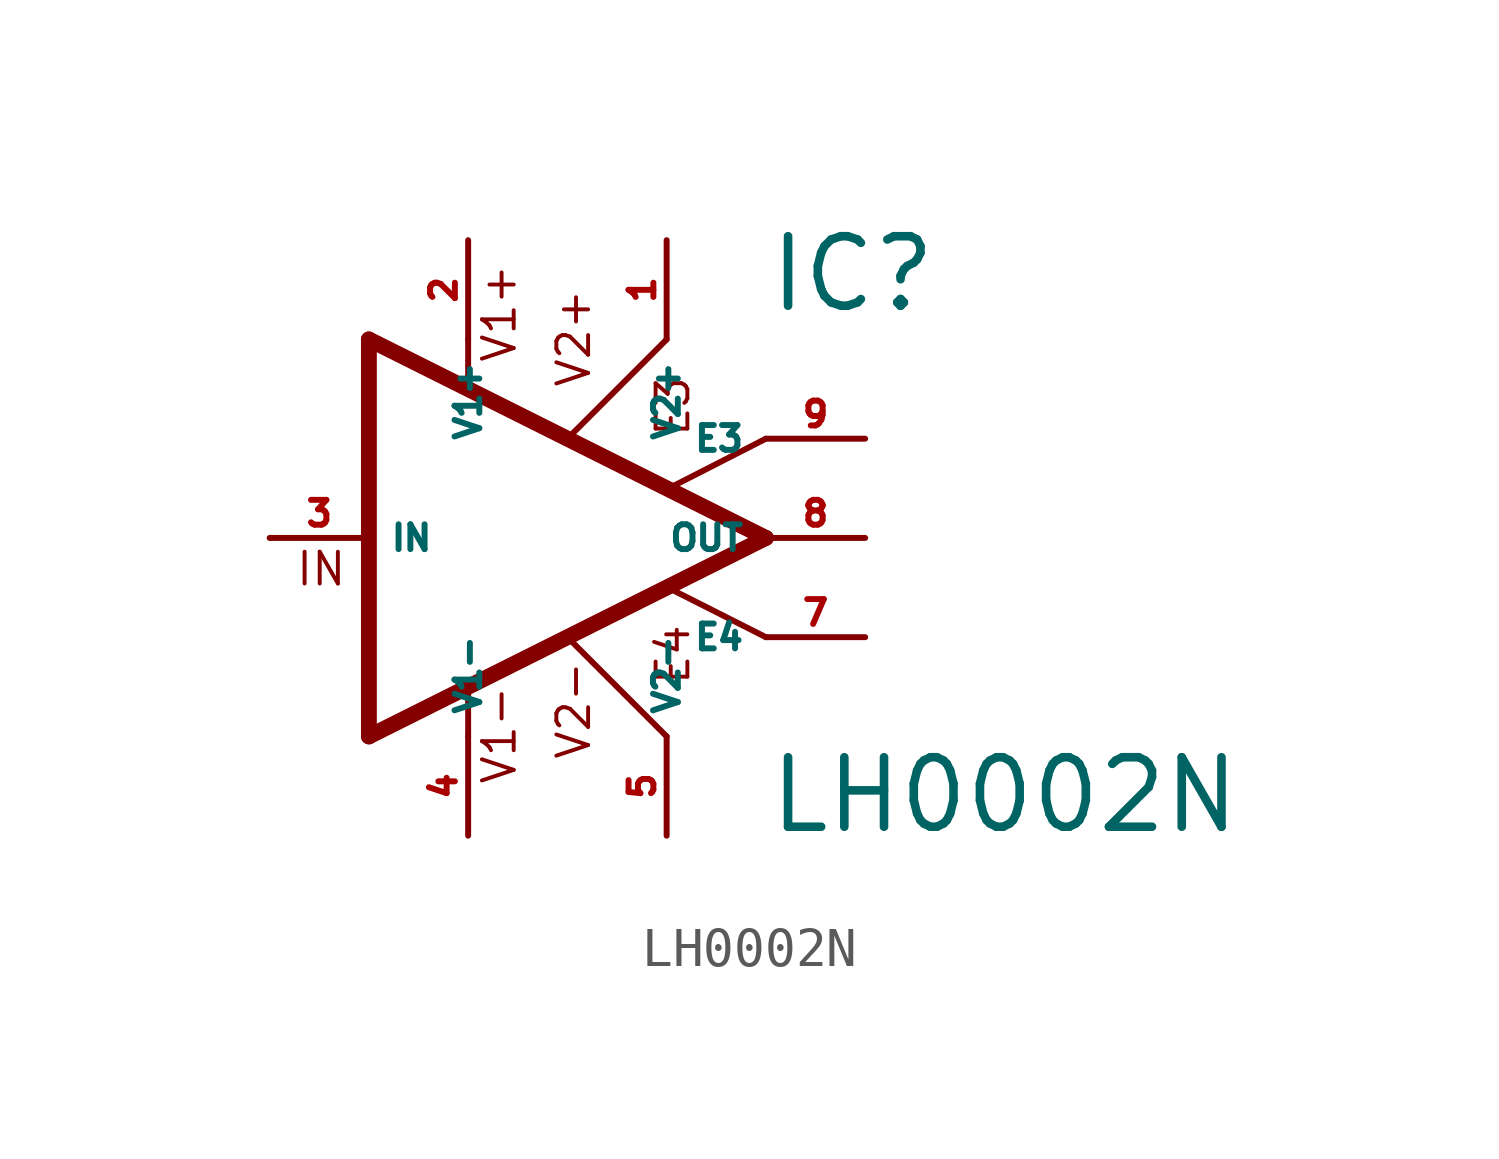
<source format=kicad_sym>
(kicad_symbol_lib
  (version 20220914)
  (generator Eagle2Kicad)
  (symbol "LH0002N"
    (property "Reference" "IC"
      (at 5.08 5.715 0)
      (effects (font (size 1.778 1.778) (thickness 0.22)) (justify left bottom)))
    (property "Value" "LH0002N"
      (at 5.08 -7.62 0)
      (effects (font (size 1.778 1.778) (thickness 0.22)) (justify left bottom)))
    (polyline
      (pts (xy -2.54 5.08) (xy -2.54 3.886))
      (stroke (width 0.152) (type default))
      (fill (type none)))
    (polyline
      (pts (xy 0.076 -2.616) (xy 2.54 -5.08))
      (stroke (width 0.152) (type default))
      (fill (type none)))
    (polyline
      (pts (xy -5.08 5.08) (xy -5.08 -5.08))
      (stroke (width 0.406) (type default))
      (fill (type none)))
    (polyline
      (pts (xy 5.08 2.54) (xy 2.642 1.295))
      (stroke (width 0.152) (type default))
      (fill (type none)))
    (polyline
      (pts (xy 5.08 -2.54) (xy 2.616 -1.295))
      (stroke (width 0.152) (type default))
      (fill (type none)))
    (polyline
      (pts (xy -5.08 -5.08) (xy 5.08 0))
      (stroke (width 0.406) (type default))
      (fill (type none)))
    (polyline
      (pts (xy -2.54 -5.08) (xy -2.54 -3.886))
      (stroke (width 0.152) (type default))
      (fill (type none)))
    (polyline
      (pts (xy 2.54 5.08) (xy 0.076 2.616))
      (stroke (width 0.152) (type default))
      (fill (type none)))
    (polyline
      (pts (xy 5.08 0) (xy -5.08 5.08))
      (stroke (width 0.406) (type default))
      (fill (type none)))
    (text "V1+"
      (at -1.27 4.445 900)
      (effects (font (size 0.813 0.813) (thickness 0.10)) (justify left bottom)))
    (text "V2+"
      (at 0.635 3.81 900)
      (effects (font (size 0.813 0.813) (thickness 0.10)) (justify left bottom)))
    (text "V1-"
      (at -1.27 -6.35 900)
      (effects (font (size 0.813 0.813) (thickness 0.10)) (justify left bottom)))
    (text "E3"
      (at 3.175 2.54 900)
      (effects (font (size 0.813 0.813) (thickness 0.10)) (justify left bottom)))
    (text "E4"
      (at 3.175 -3.81 900)
      (effects (font (size 0.813 0.813) (thickness 0.10)) (justify left bottom)))
    (text "V2-"
      (at 0.635 -5.715 900)
      (effects (font (size 0.813 0.813) (thickness 0.10)) (justify left bottom)))
    (text "IN"
      (at -6.985 -1.27 0)
      (effects (font (size 0.813 0.813) (thickness 0.10)) (justify left bottom)))
    (pin input line
      (at 2.54 7.62 270)
      (length 2.54)
      (name "V2+" (effects (font (size 0.635 0.635) (thickness 0.08)) (justify left bottom)))
      (number "1" (effects (font (size 0.635 0.635) (thickness 0.08)) (justify left bottom))))
    (pin input line
      (at -2.54 7.62 270)
      (length 2.54)
      (name "V1+" (effects (font (size 0.635 0.635) (thickness 0.08)) (justify left bottom)))
      (number "2" (effects (font (size 0.635 0.635) (thickness 0.08)) (justify left bottom))))
    (pin input line
      (at -7.62 0 0)
      (length 2.54)
      (name "IN" (effects (font (size 0.635 0.635) (thickness 0.08)) (justify left bottom)))
      (number "3" (effects (font (size 0.635 0.635) (thickness 0.08)) (justify left bottom))))
    (pin input line
      (at -2.54 -7.62 90)
      (length 2.54)
      (name "V1-" (effects (font (size 0.635 0.635) (thickness 0.08)) (justify left bottom)))
      (number "4" (effects (font (size 0.635 0.635) (thickness 0.08)) (justify left bottom))))
    (pin input line
      (at 2.54 -7.62 90)
      (length 2.54)
      (name "V2-" (effects (font (size 0.635 0.635) (thickness 0.08)) (justify left bottom)))
      (number "5" (effects (font (size 0.635 0.635) (thickness 0.08)) (justify left bottom))))
    (pin bidirectional line
      (at 7.62 -2.54 180)
      (length 2.54)
      (name "E4" (effects (font (size 0.635 0.635) (thickness 0.08)) (justify left bottom)))
      (number "7" (effects (font (size 0.635 0.635) (thickness 0.08)) (justify left bottom))))
    (pin output line
      (at 7.62 0 180)
      (length 2.54)
      (name "OUT" (effects (font (size 0.635 0.635) (thickness 0.08)) (justify left bottom)))
      (number "8" (effects (font (size 0.635 0.635) (thickness 0.08)) (justify left bottom))))
    (pin bidirectional line
      (at 7.62 2.54 180)
      (length 2.54)
      (name "E3" (effects (font (size 0.635 0.635) (thickness 0.08)) (justify left bottom)))
      (number "9" (effects (font (size 0.635 0.635) (thickness 0.08)) (justify left bottom))))))
</source>
